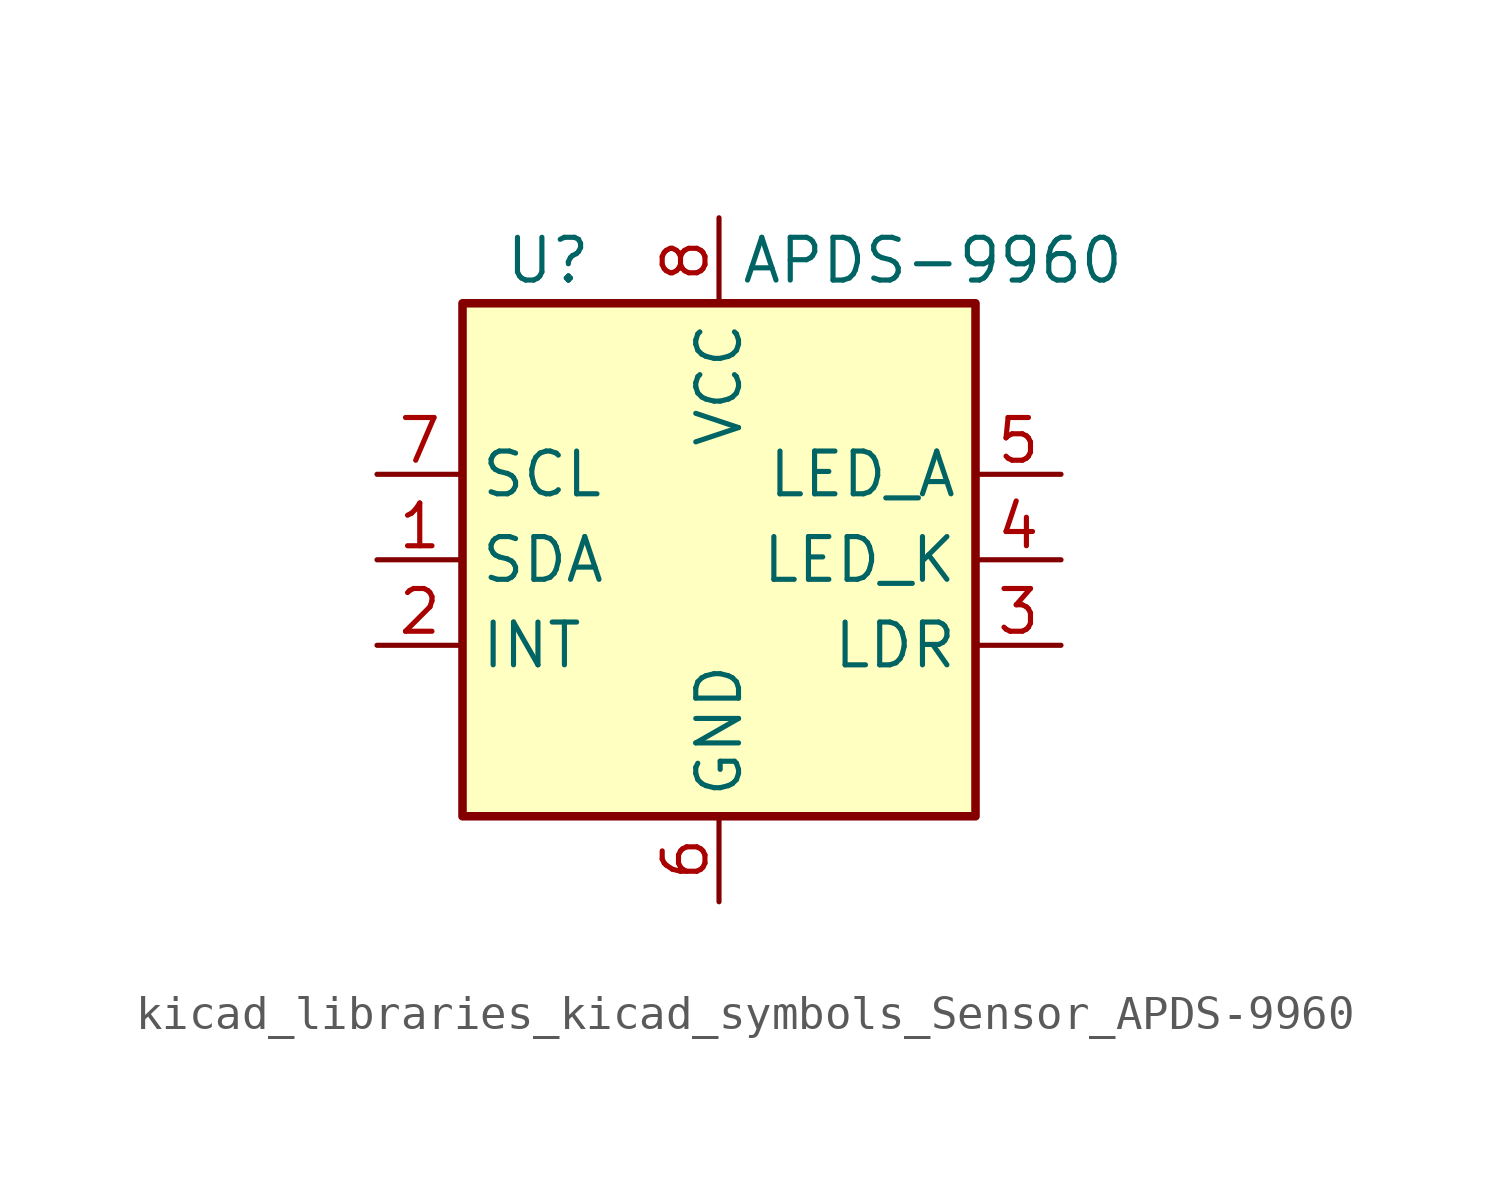
<source format=kicad_sym>
(kicad_symbol_lib
  (version 20220914)
  (generator kicad_symbol_editor)
  (symbol "kicad_libraries_kicad_symbols_Sensor_APDS-9960"
    (property "Reference" "U"
      (at -5.08 8.89 0)
      (effects (font (size 1.27 1.27))))
    (property "Value" "APDS-9960"
      (at 6.35 8.89 0)
      (effects (font (size 1.27 1.27))))
    (symbol "kicad_libraries_kicad_symbols_Sensor_APDS-9960_0_1"
      (rectangle (start -7.62 7.62) (end 7.62 -7.62) (stroke (width 0.254) (type default)) (fill (type background))))
    (symbol "kicad_libraries_kicad_symbols_Sensor_APDS-9960_1_1"
      (pin bidirectional line (at -10.16 0 0) (length 2.54) (name "SDA" (effects (font (size 1.27 1.27)))) (number "1" (effects (font (size 1.27 1.27)))))
      (pin open_collector line (at -10.16 -2.54 0) (length 2.54) (name "INT" (effects (font (size 1.27 1.27)))) (number "2" (effects (font (size 1.27 1.27)))))
      (pin passive line (at 10.16 -2.54 180) (length 2.54) (name "LDR" (effects (font (size 1.27 1.27)))) (number "3" (effects (font (size 1.27 1.27)))))
      (pin passive line (at 10.16 0 180) (length 2.54) (name "LED_K" (effects (font (size 1.27 1.27)))) (number "4" (effects (font (size 1.27 1.27)))))
      (pin passive line (at 10.16 2.54 180) (length 2.54) (name "LED_A" (effects (font (size 1.27 1.27)))) (number "5" (effects (font (size 1.27 1.27)))))
      (pin power_in line (at 0 -10.16 90) (length 2.54) (name "GND" (effects (font (size 1.27 1.27)))) (number "6" (effects (font (size 1.27 1.27)))))
      (pin input line (at -10.16 2.54 0) (length 2.54) (name "SCL" (effects (font (size 1.27 1.27)))) (number "7" (effects (font (size 1.27 1.27)))))
      (pin power_in line (at 0 10.16 270) (length 2.54) (name "VCC" (effects (font (size 1.27 1.27)))) (number "8" (effects (font (size 1.27 1.27))))))))
</source>
